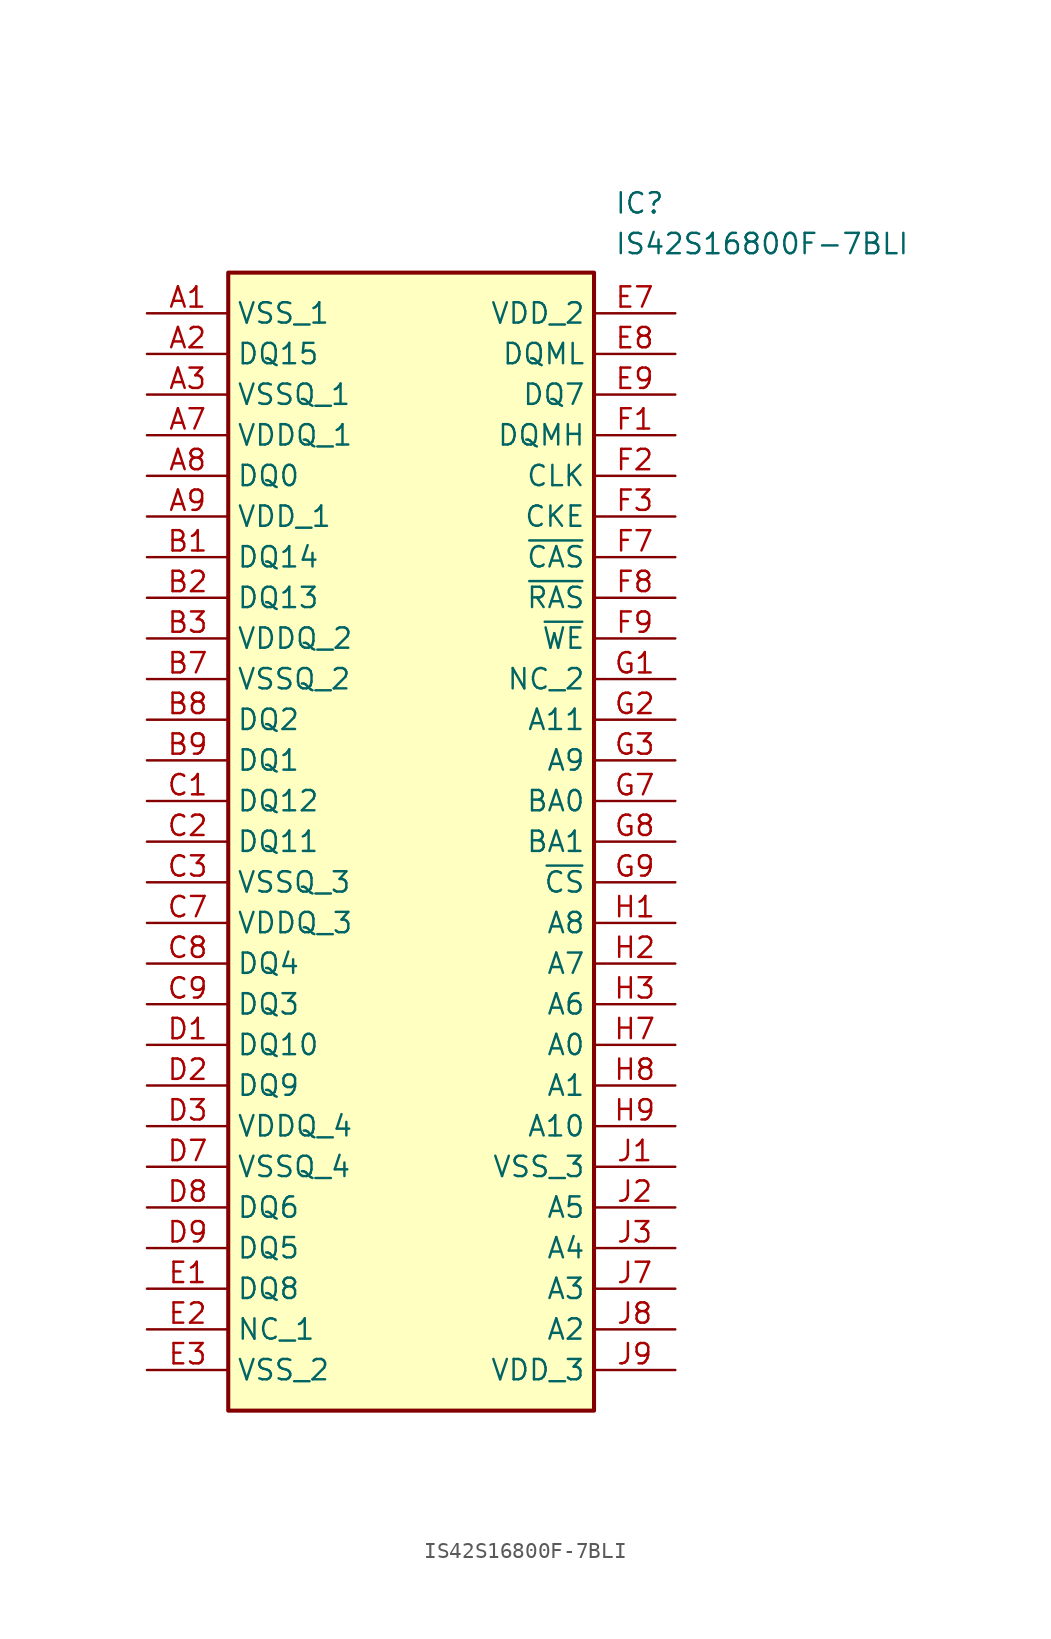
<source format=kicad_sym>
(kicad_symbol_lib
  (version 20211014)
  (generator SamacSys_ECAD_Model)
  (symbol "IS42S16800F-7BLI"
    (property "Reference" "IC"
      (at 29.21 7.62 0)
      (effects (font (size 1.27 1.27)) (justify left top)))
    (property "Value" "IS42S16800F-7BLI"
      (at 29.21 5.08 0)
      (effects (font (size 1.27 1.27)) (justify left top)))
    (rectangle
      (start 5.08 2.54)
      (end 27.94 -68.58)
      (stroke (width 0.254) (type default))
      (fill (type background)))
    (pin passive line
      (at 0 0 0)
      (length 5.08)
      (name "VSS_1" (effects (font (size 1.27 1.27))))
      (number "A1" (effects (font (size 1.27 1.27)))))
    (pin passive line
      (at 0 -2.54 0)
      (length 5.08)
      (name "DQ15" (effects (font (size 1.27 1.27))))
      (number "A2" (effects (font (size 1.27 1.27)))))
    (pin passive line
      (at 0 -5.08 0)
      (length 5.08)
      (name "VSSQ_1" (effects (font (size 1.27 1.27))))
      (number "A3" (effects (font (size 1.27 1.27)))))
    (pin passive line
      (at 0 -7.62 0)
      (length 5.08)
      (name "VDDQ_1" (effects (font (size 1.27 1.27))))
      (number "A7" (effects (font (size 1.27 1.27)))))
    (pin passive line
      (at 0 -10.16 0)
      (length 5.08)
      (name "DQ0" (effects (font (size 1.27 1.27))))
      (number "A8" (effects (font (size 1.27 1.27)))))
    (pin passive line
      (at 0 -12.7 0)
      (length 5.08)
      (name "VDD_1" (effects (font (size 1.27 1.27))))
      (number "A9" (effects (font (size 1.27 1.27)))))
    (pin passive line
      (at 0 -15.24 0)
      (length 5.08)
      (name "DQ14" (effects (font (size 1.27 1.27))))
      (number "B1" (effects (font (size 1.27 1.27)))))
    (pin passive line
      (at 0 -17.78 0)
      (length 5.08)
      (name "DQ13" (effects (font (size 1.27 1.27))))
      (number "B2" (effects (font (size 1.27 1.27)))))
    (pin passive line
      (at 0 -20.32 0)
      (length 5.08)
      (name "VDDQ_2" (effects (font (size 1.27 1.27))))
      (number "B3" (effects (font (size 1.27 1.27)))))
    (pin passive line
      (at 0 -22.86 0)
      (length 5.08)
      (name "VSSQ_2" (effects (font (size 1.27 1.27))))
      (number "B7" (effects (font (size 1.27 1.27)))))
    (pin passive line
      (at 0 -25.4 0)
      (length 5.08)
      (name "DQ2" (effects (font (size 1.27 1.27))))
      (number "B8" (effects (font (size 1.27 1.27)))))
    (pin passive line
      (at 0 -27.94 0)
      (length 5.08)
      (name "DQ1" (effects (font (size 1.27 1.27))))
      (number "B9" (effects (font (size 1.27 1.27)))))
    (pin passive line
      (at 0 -30.48 0)
      (length 5.08)
      (name "DQ12" (effects (font (size 1.27 1.27))))
      (number "C1" (effects (font (size 1.27 1.27)))))
    (pin passive line
      (at 0 -33.02 0)
      (length 5.08)
      (name "DQ11" (effects (font (size 1.27 1.27))))
      (number "C2" (effects (font (size 1.27 1.27)))))
    (pin passive line
      (at 0 -35.56 0)
      (length 5.08)
      (name "VSSQ_3" (effects (font (size 1.27 1.27))))
      (number "C3" (effects (font (size 1.27 1.27)))))
    (pin passive line
      (at 0 -38.1 0)
      (length 5.08)
      (name "VDDQ_3" (effects (font (size 1.27 1.27))))
      (number "C7" (effects (font (size 1.27 1.27)))))
    (pin passive line
      (at 0 -40.64 0)
      (length 5.08)
      (name "DQ4" (effects (font (size 1.27 1.27))))
      (number "C8" (effects (font (size 1.27 1.27)))))
    (pin passive line
      (at 0 -43.18 0)
      (length 5.08)
      (name "DQ3" (effects (font (size 1.27 1.27))))
      (number "C9" (effects (font (size 1.27 1.27)))))
    (pin passive line
      (at 0 -45.72 0)
      (length 5.08)
      (name "DQ10" (effects (font (size 1.27 1.27))))
      (number "D1" (effects (font (size 1.27 1.27)))))
    (pin passive line
      (at 0 -48.26 0)
      (length 5.08)
      (name "DQ9" (effects (font (size 1.27 1.27))))
      (number "D2" (effects (font (size 1.27 1.27)))))
    (pin passive line
      (at 0 -50.8 0)
      (length 5.08)
      (name "VDDQ_4" (effects (font (size 1.27 1.27))))
      (number "D3" (effects (font (size 1.27 1.27)))))
    (pin passive line
      (at 0 -53.34 0)
      (length 5.08)
      (name "VSSQ_4" (effects (font (size 1.27 1.27))))
      (number "D7" (effects (font (size 1.27 1.27)))))
    (pin passive line
      (at 0 -55.88 0)
      (length 5.08)
      (name "DQ6" (effects (font (size 1.27 1.27))))
      (number "D8" (effects (font (size 1.27 1.27)))))
    (pin passive line
      (at 0 -58.42 0)
      (length 5.08)
      (name "DQ5" (effects (font (size 1.27 1.27))))
      (number "D9" (effects (font (size 1.27 1.27)))))
    (pin passive line
      (at 0 -60.96 0)
      (length 5.08)
      (name "DQ8" (effects (font (size 1.27 1.27))))
      (number "E1" (effects (font (size 1.27 1.27)))))
    (pin passive line
      (at 0 -63.5 0)
      (length 5.08)
      (name "NC_1" (effects (font (size 1.27 1.27))))
      (number "E2" (effects (font (size 1.27 1.27)))))
    (pin passive line
      (at 0 -66.04 0)
      (length 5.08)
      (name "VSS_2" (effects (font (size 1.27 1.27))))
      (number "E3" (effects (font (size 1.27 1.27)))))
    (pin passive line
      (at 33.02 0 180)
      (length 5.08)
      (name "VDD_2" (effects (font (size 1.27 1.27))))
      (number "E7" (effects (font (size 1.27 1.27)))))
    (pin passive line
      (at 33.02 -2.54 180)
      (length 5.08)
      (name "DQML" (effects (font (size 1.27 1.27))))
      (number "E8" (effects (font (size 1.27 1.27)))))
    (pin passive line
      (at 33.02 -5.08 180)
      (length 5.08)
      (name "DQ7" (effects (font (size 1.27 1.27))))
      (number "E9" (effects (font (size 1.27 1.27)))))
    (pin passive line
      (at 33.02 -7.62 180)
      (length 5.08)
      (name "DQMH" (effects (font (size 1.27 1.27))))
      (number "F1" (effects (font (size 1.27 1.27)))))
    (pin passive line
      (at 33.02 -10.16 180)
      (length 5.08)
      (name "CLK" (effects (font (size 1.27 1.27))))
      (number "F2" (effects (font (size 1.27 1.27)))))
    (pin passive line
      (at 33.02 -12.7 180)
      (length 5.08)
      (name "CKE" (effects (font (size 1.27 1.27))))
      (number "F3" (effects (font (size 1.27 1.27)))))
    (pin passive line
      (at 33.02 -15.24 180)
      (length 5.08)
      (name "~{CAS}" (effects (font (size 1.27 1.27))))
      (number "F7" (effects (font (size 1.27 1.27)))))
    (pin passive line
      (at 33.02 -17.78 180)
      (length 5.08)
      (name "~{RAS}" (effects (font (size 1.27 1.27))))
      (number "F8" (effects (font (size 1.27 1.27)))))
    (pin passive line
      (at 33.02 -20.32 180)
      (length 5.08)
      (name "~{WE}" (effects (font (size 1.27 1.27))))
      (number "F9" (effects (font (size 1.27 1.27)))))
    (pin passive line
      (at 33.02 -22.86 180)
      (length 5.08)
      (name "NC_2" (effects (font (size 1.27 1.27))))
      (number "G1" (effects (font (size 1.27 1.27)))))
    (pin passive line
      (at 33.02 -25.4 180)
      (length 5.08)
      (name "A11" (effects (font (size 1.27 1.27))))
      (number "G2" (effects (font (size 1.27 1.27)))))
    (pin passive line
      (at 33.02 -27.94 180)
      (length 5.08)
      (name "A9" (effects (font (size 1.27 1.27))))
      (number "G3" (effects (font (size 1.27 1.27)))))
    (pin passive line
      (at 33.02 -30.48 180)
      (length 5.08)
      (name "BA0" (effects (font (size 1.27 1.27))))
      (number "G7" (effects (font (size 1.27 1.27)))))
    (pin passive line
      (at 33.02 -33.02 180)
      (length 5.08)
      (name "BA1" (effects (font (size 1.27 1.27))))
      (number "G8" (effects (font (size 1.27 1.27)))))
    (pin passive line
      (at 33.02 -35.56 180)
      (length 5.08)
      (name "~{CS}" (effects (font (size 1.27 1.27))))
      (number "G9" (effects (font (size 1.27 1.27)))))
    (pin passive line
      (at 33.02 -38.1 180)
      (length 5.08)
      (name "A8" (effects (font (size 1.27 1.27))))
      (number "H1" (effects (font (size 1.27 1.27)))))
    (pin passive line
      (at 33.02 -40.64 180)
      (length 5.08)
      (name "A7" (effects (font (size 1.27 1.27))))
      (number "H2" (effects (font (size 1.27 1.27)))))
    (pin passive line
      (at 33.02 -43.18 180)
      (length 5.08)
      (name "A6" (effects (font (size 1.27 1.27))))
      (number "H3" (effects (font (size 1.27 1.27)))))
    (pin passive line
      (at 33.02 -45.72 180)
      (length 5.08)
      (name "A0" (effects (font (size 1.27 1.27))))
      (number "H7" (effects (font (size 1.27 1.27)))))
    (pin passive line
      (at 33.02 -48.26 180)
      (length 5.08)
      (name "A1" (effects (font (size 1.27 1.27))))
      (number "H8" (effects (font (size 1.27 1.27)))))
    (pin passive line
      (at 33.02 -50.8 180)
      (length 5.08)
      (name "A10" (effects (font (size 1.27 1.27))))
      (number "H9" (effects (font (size 1.27 1.27)))))
    (pin passive line
      (at 33.02 -53.34 180)
      (length 5.08)
      (name "VSS_3" (effects (font (size 1.27 1.27))))
      (number "J1" (effects (font (size 1.27 1.27)))))
    (pin passive line
      (at 33.02 -55.88 180)
      (length 5.08)
      (name "A5" (effects (font (size 1.27 1.27))))
      (number "J2" (effects (font (size 1.27 1.27)))))
    (pin passive line
      (at 33.02 -58.42 180)
      (length 5.08)
      (name "A4" (effects (font (size 1.27 1.27))))
      (number "J3" (effects (font (size 1.27 1.27)))))
    (pin passive line
      (at 33.02 -60.96 180)
      (length 5.08)
      (name "A3" (effects (font (size 1.27 1.27))))
      (number "J7" (effects (font (size 1.27 1.27)))))
    (pin passive line
      (at 33.02 -63.5 180)
      (length 5.08)
      (name "A2" (effects (font (size 1.27 1.27))))
      (number "J8" (effects (font (size 1.27 1.27)))))
    (pin passive line
      (at 33.02 -66.04 180)
      (length 5.08)
      (name "VDD_3" (effects (font (size 1.27 1.27))))
      (number "J9" (effects (font (size 1.27 1.27)))))))
</source>
